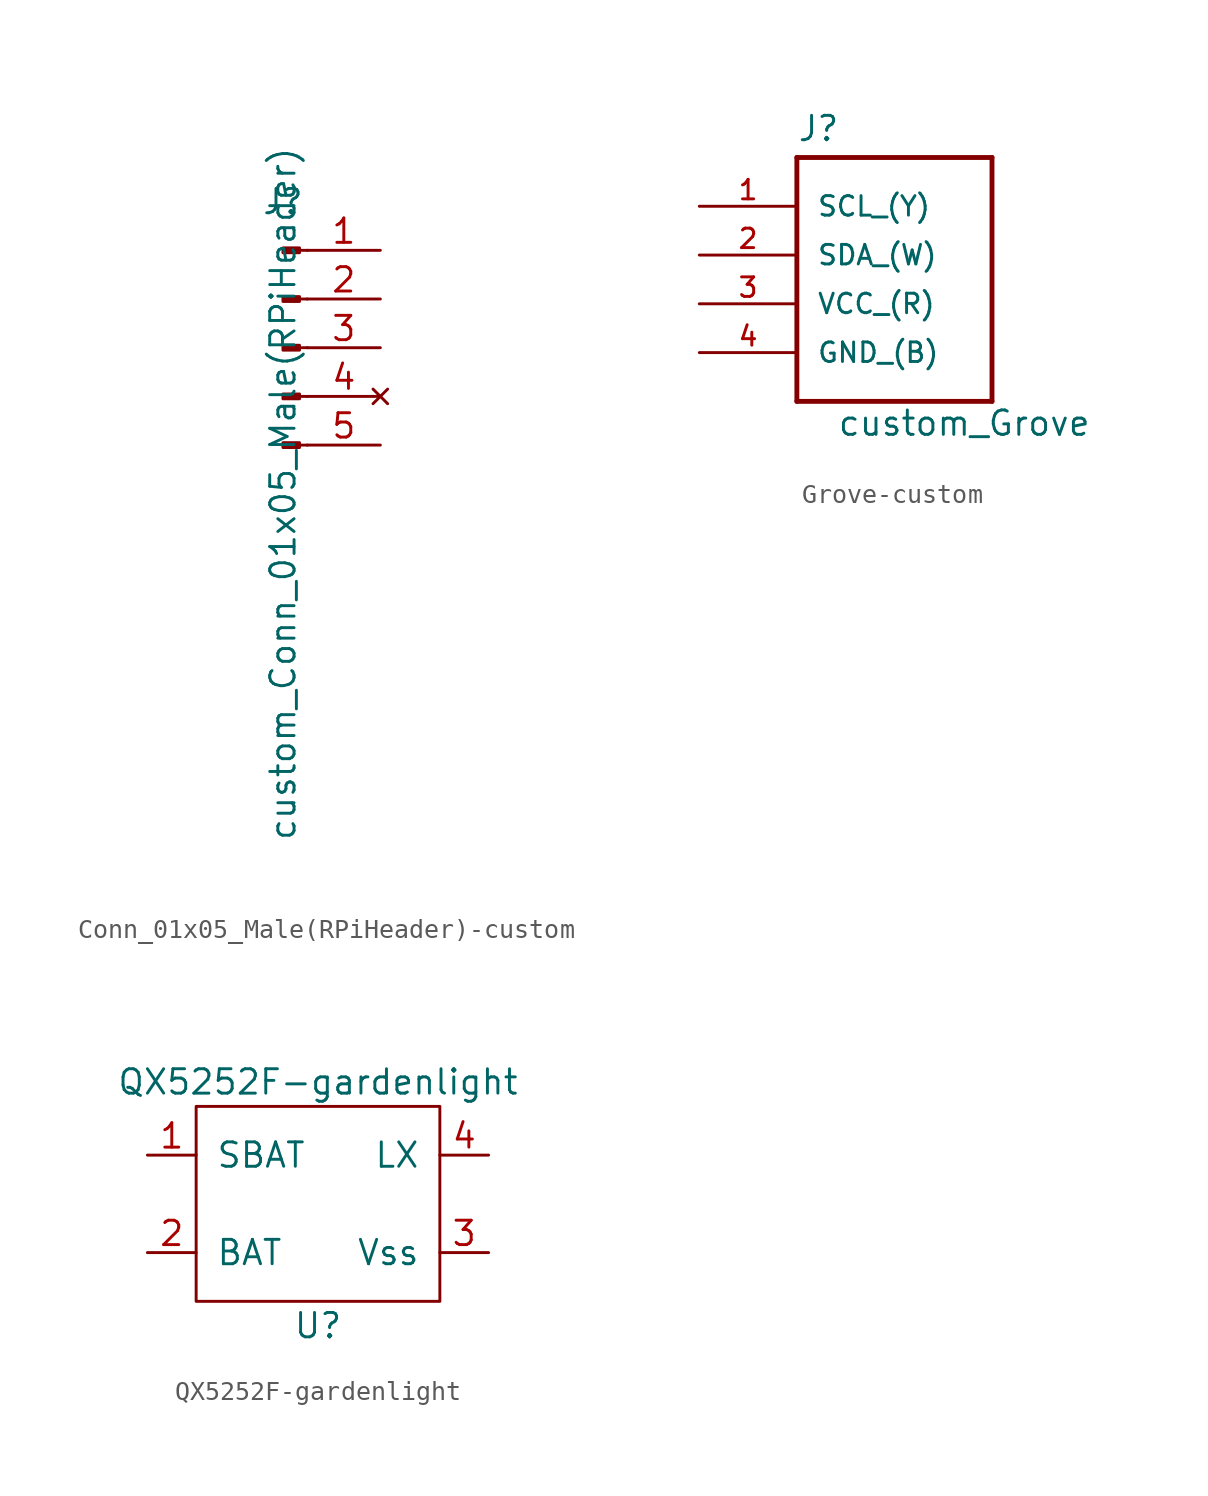
<source format=kicad_sym>
(kicad_symbol_lib
  (version 20220914)
  (generator kicad_symbol_editor)
  (symbol "Conn_01x05_Male(RPiHeader)-custom"
    (pin_names
      (offset 1.016) hide)
    (property "Reference" "J"
      (at 0 7.62 0)
      (effects (font (size 1.27 1.27))))
    (property "Value" "custom_Conn_01x05_Male(RPiHeader)"
      (at 0 -7.62 90)
      (effects (font (size 1.27 1.27))))
    (symbol "Conn_01x05_Male(RPiHeader)-custom_1_1"
      (polyline (pts (xy 1.27 -5.08) (xy 0.864 -5.08)) (stroke (width 0.152) (type solid)) (fill (type none)))
      (polyline (pts (xy 1.27 -2.54) (xy 0.864 -2.54)) (stroke (width 0.152) (type solid)) (fill (type none)))
      (polyline (pts (xy 1.27 0) (xy 0.864 0)) (stroke (width 0.152) (type solid)) (fill (type none)))
      (polyline (pts (xy 1.27 2.54) (xy 0.864 2.54)) (stroke (width 0.152) (type solid)) (fill (type none)))
      (polyline (pts (xy 1.27 5.08) (xy 0.864 5.08)) (stroke (width 0.152) (type solid)) (fill (type none)))
      (rectangle (start 0.864 -4.953) (end 0 -5.207) (stroke (width 0.152) (type solid)) (fill (type outline)))
      (rectangle (start 0.864 -2.413) (end 0 -2.667) (stroke (width 0.152) (type solid)) (fill (type outline)))
      (rectangle (start 0.864 0.127) (end 0 -0.127) (stroke (width 0.152) (type solid)) (fill (type outline)))
      (rectangle (start 0.864 2.667) (end 0 2.413) (stroke (width 0.152) (type solid)) (fill (type outline)))
      (rectangle (start 0.864 5.207) (end 0 4.953) (stroke (width 0.152) (type solid)) (fill (type outline)))
      (pin passive line (at 5.08 5.08 180) (length 3.81) (name "Pin_1" (effects (font (size 1.27 1.27)))) (number "1" (effects (font (size 1.27 1.27)))))
      (pin passive line (at 5.08 2.54 180) (length 3.81) (name "Pin_2" (effects (font (size 1.27 1.27)))) (number "2" (effects (font (size 1.27 1.27)))))
      (pin passive line (at 5.08 0 180) (length 3.81) (name "Pin_3" (effects (font (size 1.27 1.27)))) (number "3" (effects (font (size 1.27 1.27)))))
      (pin no_connect line (at 5.08 -2.54 180) (length 3.81) (name "Pin_4" (effects (font (size 1.27 1.27)))) (number "4" (effects (font (size 1.27 1.27)))))
      (pin passive line (at 5.08 -5.08 180) (length 3.81) (name "Pin_5" (effects (font (size 1.27 1.27)))) (number "5" (effects (font (size 1.27 1.27)))))))
  (symbol "Grove-custom"
    (pin_names
      (offset 1.016))
    (property "Reference" "J"
      (at -5.08 5.842 0)
      (effects (font (size 1.27 1.27)) (justify left bottom)))
    (property "Value" "custom_Grove"
      (at -2.997 -9.5 0)
      (effects (font (size 1.27 1.27)) (justify left bottom)))
    (property "ki_locked" ""
      (at 0 0 0)
      (effects (font (size 1.27 1.27))))
    (symbol "Grove-custom_0_0"
      (polyline (pts (xy -5.08 -7.62) (xy 5.08 -7.62)) (stroke (width 0.254) (type solid)) (fill (type none)))
      (polyline (pts (xy -5.08 5.08) (xy -5.08 -7.62)) (stroke (width 0.254) (type solid)) (fill (type none)))
      (polyline (pts (xy 5.08 -7.62) (xy 5.08 5.08)) (stroke (width 0.254) (type solid)) (fill (type none)))
      (polyline (pts (xy 5.08 5.08) (xy -5.08 5.08)) (stroke (width 0.254) (type solid)) (fill (type none)))
      (pin passive line (at -10.16 2.54 0) (length 5.08) (name "SCL_(Y)" (effects (font (size 1.016 1.016)))) (number "1" (effects (font (size 1.016 1.016)))))
      (pin passive line (at -10.16 0 0) (length 5.08) (name "SDA_(W)" (effects (font (size 1.016 1.016)))) (number "2" (effects (font (size 1.016 1.016)))))
      (pin passive line (at -10.16 -2.54 0) (length 5.08) (name "VCC_(R)" (effects (font (size 1.016 1.016)))) (number "3" (effects (font (size 1.016 1.016)))))
      (pin passive line (at -10.16 -5.08 0) (length 5.08) (name "GND_(B)" (effects (font (size 1.016 1.016)))) (number "4" (effects (font (size 1.016 1.016)))))))
  (symbol "QX5252F-gardenlight"
    (pin_names
      (offset 1.016))
    (property "Reference" "U"
      (at 0 -6.35 0)
      (effects (font (size 1.27 1.27))))
    (property "Value" "QX5252F-gardenlight"
      (at 0 6.35 0)
      (effects (font (size 1.27 1.27))))
    (symbol "QX5252F-gardenlight_0_1"
      (rectangle (start -6.35 5.08) (end 6.35 -5.08) (stroke (width 0) (type solid)) (fill (type none))))
    (symbol "QX5252F-gardenlight_1_1"
      (pin input line (at -8.89 2.54 0) (length 2.54) (name "SBAT" (effects (font (size 1.27 1.27)))) (number "1" (effects (font (size 1.27 1.27)))))
      (pin input line (at -8.89 -2.54 0) (length 2.54) (name "BAT" (effects (font (size 1.27 1.27)))) (number "2" (effects (font (size 1.27 1.27)))))
      (pin input line (at 8.89 -2.54 180) (length 2.54) (name "Vss" (effects (font (size 1.27 1.27)))) (number "3" (effects (font (size 1.27 1.27)))))
      (pin input line (at 8.89 2.54 180) (length 2.54) (name "LX" (effects (font (size 1.27 1.27)))) (number "4" (effects (font (size 1.27 1.27))))))))
</source>
